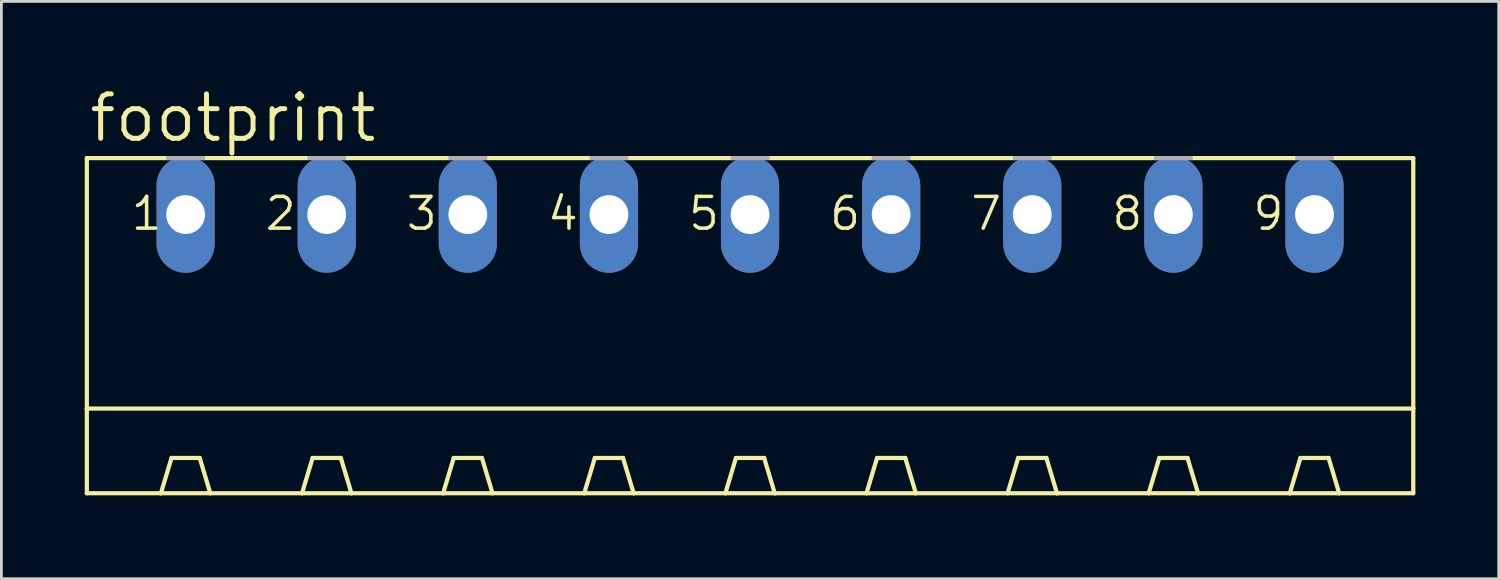
<source format=kicad_pcb>
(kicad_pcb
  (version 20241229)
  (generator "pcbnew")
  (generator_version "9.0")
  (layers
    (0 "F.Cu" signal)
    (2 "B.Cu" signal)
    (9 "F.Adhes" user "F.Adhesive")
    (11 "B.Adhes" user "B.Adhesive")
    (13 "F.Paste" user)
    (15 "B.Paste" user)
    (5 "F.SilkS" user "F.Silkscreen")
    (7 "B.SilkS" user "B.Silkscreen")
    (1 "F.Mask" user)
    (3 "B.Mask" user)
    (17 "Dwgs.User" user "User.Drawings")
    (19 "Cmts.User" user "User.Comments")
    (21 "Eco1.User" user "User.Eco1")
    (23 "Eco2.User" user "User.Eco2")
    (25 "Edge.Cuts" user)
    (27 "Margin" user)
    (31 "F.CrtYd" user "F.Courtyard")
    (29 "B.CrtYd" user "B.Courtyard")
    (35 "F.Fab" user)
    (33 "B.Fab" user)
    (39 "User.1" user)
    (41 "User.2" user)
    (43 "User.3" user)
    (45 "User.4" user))
  (footprint "footprint"
    (layer "F.Cu")
    (at 23.952 9.754)
    (property "Reference" "footprint" (at -23.876 -7.62 0) (layer "F.SilkS") (effects (font (size 1.6 1.6) (thickness 0.178)) (justify left bottom)))
    (fp_line (start -23.876 -7.112) (end -23.876 1.905) (stroke (width 0.152) (type solid)) (layer "F.SilkS"))
    (fp_line (start -23.876 -7.112) (end -20.955 -7.112) (stroke (width 0.152) (type solid)) (layer "F.SilkS"))
    (fp_line (start -23.876 1.905) (end -23.876 4.953) (stroke (width 0.152) (type solid)) (layer "F.SilkS"))
    (fp_line (start -23.876 1.905) (end 23.876 1.905) (stroke (width 0.152) (type solid)) (layer "F.SilkS"))
    (fp_line (start -23.876 4.953) (end -21.209 4.953) (stroke (width 0.152) (type solid)) (layer "F.SilkS"))
    (fp_line (start -21.209 4.953) (end -20.828 3.683) (stroke (width 0.152) (type solid)) (layer "F.SilkS"))
    (fp_line (start -21.209 4.953) (end -19.431 4.953) (stroke (width 0.152) (type solid)) (layer "F.SilkS"))
    (fp_line (start -19.812 3.683) (end -20.828 3.683) (stroke (width 0.152) (type solid)) (layer "F.SilkS"))
    (fp_line (start -19.685 -7.112) (end -15.875 -7.112) (stroke (width 0.152) (type solid)) (layer "F.SilkS"))
    (fp_line (start -19.431 4.953) (end -19.812 3.683) (stroke (width 0.152) (type solid)) (layer "F.SilkS"))
    (fp_line (start -19.431 4.953) (end -16.129 4.953) (stroke (width 0.152) (type solid)) (layer "F.SilkS"))
    (fp_line (start -16.129 4.953) (end -15.748 3.683) (stroke (width 0.152) (type solid)) (layer "F.SilkS"))
    (fp_line (start -16.129 4.953) (end -14.351 4.953) (stroke (width 0.152) (type solid)) (layer "F.SilkS"))
    (fp_line (start -15.748 3.683) (end -14.732 3.683) (stroke (width 0.152) (type solid)) (layer "F.SilkS"))
    (fp_line (start -14.605 -7.112) (end -10.795 -7.112) (stroke (width 0.152) (type solid)) (layer "F.SilkS"))
    (fp_line (start -14.351 4.953) (end -14.732 3.683) (stroke (width 0.152) (type solid)) (layer "F.SilkS"))
    (fp_line (start -14.351 4.953) (end -11.049 4.953) (stroke (width 0.152) (type solid)) (layer "F.SilkS"))
    (fp_line (start -11.049 4.953) (end -10.668 3.683) (stroke (width 0.152) (type solid)) (layer "F.SilkS"))
    (fp_line (start -11.049 4.953) (end -9.271 4.953) (stroke (width 0.152) (type solid)) (layer "F.SilkS"))
    (fp_line (start -10.668 3.683) (end -9.652 3.683) (stroke (width 0.152) (type solid)) (layer "F.SilkS"))
    (fp_line (start -9.525 -7.112) (end -5.715 -7.112) (stroke (width 0.152) (type solid)) (layer "F.SilkS"))
    (fp_line (start -9.271 4.953) (end -9.652 3.683) (stroke (width 0.152) (type solid)) (layer "F.SilkS"))
    (fp_line (start -9.271 4.953) (end -5.969 4.953) (stroke (width 0.152) (type solid)) (layer "F.SilkS"))
    (fp_line (start -5.969 4.953) (end -5.588 3.683) (stroke (width 0.152) (type solid)) (layer "F.SilkS"))
    (fp_line (start -5.969 4.953) (end -4.191 4.953) (stroke (width 0.152) (type solid)) (layer "F.SilkS"))
    (fp_line (start -5.588 3.683) (end -4.572 3.683) (stroke (width 0.152) (type solid)) (layer "F.SilkS"))
    (fp_line (start -4.445 -7.112) (end -0.635 -7.112) (stroke (width 0.152) (type solid)) (layer "F.SilkS"))
    (fp_line (start -4.191 4.953) (end -4.572 3.683) (stroke (width 0.152) (type solid)) (layer "F.SilkS"))
    (fp_line (start -4.191 4.953) (end -0.889 4.953) (stroke (width 0.152) (type solid)) (layer "F.SilkS"))
    (fp_line (start -0.889 4.953) (end -0.508 3.683) (stroke (width 0.152) (type solid)) (layer "F.SilkS"))
    (fp_line (start -0.889 4.953) (end 0.889 4.953) (stroke (width 0.152) (type solid)) (layer "F.SilkS"))
    (fp_line (start -0.508 3.683) (end 0.508 3.683) (stroke (width 0.152) (type solid)) (layer "F.SilkS"))
    (fp_line (start 0.635 -7.112) (end 4.445 -7.112) (stroke (width 0.152) (type solid)) (layer "F.SilkS"))
    (fp_line (start 0.889 4.953) (end 0.508 3.683) (stroke (width 0.152) (type solid)) (layer "F.SilkS"))
    (fp_line (start 0.889 4.953) (end 4.191 4.953) (stroke (width 0.152) (type solid)) (layer "F.SilkS"))
    (fp_line (start 4.191 4.953) (end 4.572 3.683) (stroke (width 0.152) (type solid)) (layer "F.SilkS"))
    (fp_line (start 4.191 4.953) (end 5.969 4.953) (stroke (width 0.152) (type solid)) (layer "F.SilkS"))
    (fp_line (start 4.572 3.683) (end 5.588 3.683) (stroke (width 0.152) (type solid)) (layer "F.SilkS"))
    (fp_line (start 5.715 -7.112) (end 9.525 -7.112) (stroke (width 0.152) (type solid)) (layer "F.SilkS"))
    (fp_line (start 5.969 4.953) (end 5.588 3.683) (stroke (width 0.152) (type solid)) (layer "F.SilkS"))
    (fp_line (start 5.969 4.953) (end 9.271 4.953) (stroke (width 0.152) (type solid)) (layer "F.SilkS"))
    (fp_line (start 9.271 4.953) (end 9.652 3.683) (stroke (width 0.152) (type solid)) (layer "F.SilkS"))
    (fp_line (start 9.271 4.953) (end 11.049 4.953) (stroke (width 0.152) (type solid)) (layer "F.SilkS"))
    (fp_line (start 9.652 3.683) (end 10.668 3.683) (stroke (width 0.152) (type solid)) (layer "F.SilkS"))
    (fp_line (start 10.795 -7.112) (end 14.605 -7.112) (stroke (width 0.152) (type solid)) (layer "F.SilkS"))
    (fp_line (start 11.049 4.953) (end 10.668 3.683) (stroke (width 0.152) (type solid)) (layer "F.SilkS"))
    (fp_line (start 11.049 4.953) (end 14.351 4.953) (stroke (width 0.152) (type solid)) (layer "F.SilkS"))
    (fp_line (start 14.351 4.953) (end 14.732 3.683) (stroke (width 0.152) (type solid)) (layer "F.SilkS"))
    (fp_line (start 14.351 4.953) (end 16.129 4.953) (stroke (width 0.152) (type solid)) (layer "F.SilkS"))
    (fp_line (start 14.732 3.683) (end 15.748 3.683) (stroke (width 0.152) (type solid)) (layer "F.SilkS"))
    (fp_line (start 15.875 -7.112) (end 19.685 -7.112) (stroke (width 0.152) (type solid)) (layer "F.SilkS"))
    (fp_line (start 16.129 4.953) (end 15.748 3.683) (stroke (width 0.152) (type solid)) (layer "F.SilkS"))
    (fp_line (start 16.129 4.953) (end 19.431 4.953) (stroke (width 0.152) (type solid)) (layer "F.SilkS"))
    (fp_line (start 19.431 4.953) (end 19.812 3.683) (stroke (width 0.152) (type solid)) (layer "F.SilkS"))
    (fp_line (start 19.431 4.953) (end 21.209 4.953) (stroke (width 0.152) (type solid)) (layer "F.SilkS"))
    (fp_line (start 19.812 3.683) (end 20.828 3.683) (stroke (width 0.152) (type solid)) (layer "F.SilkS"))
    (fp_line (start 20.955 -7.112) (end 23.876 -7.112) (stroke (width 0.152) (type solid)) (layer "F.SilkS"))
    (fp_line (start 21.209 4.953) (end 20.828 3.683) (stroke (width 0.152) (type solid)) (layer "F.SilkS"))
    (fp_line (start 21.209 4.953) (end 23.876 4.953) (stroke (width 0.152) (type solid)) (layer "F.SilkS"))
    (fp_line (start 23.876 -7.112) (end 23.876 1.905) (stroke (width 0.152) (type solid)) (layer "F.SilkS"))
    (fp_line (start 23.876 1.905) (end 23.876 4.953) (stroke (width 0.152) (type solid)) (layer "F.SilkS"))
    (fp_line (start -20.955 -7.112) (end -19.685 -7.112) (stroke (width 0.152) (type solid)) (layer "F.Fab"))
    (fp_line (start -15.875 -7.112) (end -14.605 -7.112) (stroke (width 0.152) (type solid)) (layer "F.Fab"))
    (fp_line (start -10.795 -7.112) (end -9.525 -7.112) (stroke (width 0.152) (type solid)) (layer "F.Fab"))
    (fp_line (start -5.715 -7.112) (end -4.445 -7.112) (stroke (width 0.152) (type solid)) (layer "F.Fab"))
    (fp_line (start -0.635 -7.112) (end 0.635 -7.112) (stroke (width 0.152) (type solid)) (layer "F.Fab"))
    (fp_line (start 4.445 -7.112) (end 5.715 -7.112) (stroke (width 0.152) (type solid)) (layer "F.Fab"))
    (fp_line (start 9.525 -7.112) (end 10.795 -7.112) (stroke (width 0.152) (type solid)) (layer "F.Fab"))
    (fp_line (start 14.605 -7.112) (end 15.875 -7.112) (stroke (width 0.152) (type solid)) (layer "F.Fab"))
    (fp_line (start 19.685 -7.112) (end 20.955 -7.112) (stroke (width 0.152) (type solid)) (layer "F.Fab"))
    (fp_text user "2" (at -17.526 -4.445 0) (layer "F.SilkS") (effects (font (size 1.143 1.143) (thickness 0.127)) (justify left bottom)))
    (fp_text user "9" (at 18.034 -4.445 0) (layer "F.SilkS") (effects (font (size 1.143 1.143) (thickness 0.127)) (justify left bottom)))
    (fp_text user "4" (at -7.366 -4.445 0) (layer "F.SilkS") (effects (font (size 1.143 1.143) (thickness 0.127)) (justify left bottom)))
    (fp_text user "5" (at -2.286 -4.445 0) (layer "F.SilkS") (effects (font (size 1.143 1.143) (thickness 0.127)) (justify left bottom)))
    (fp_text user "6" (at 2.794 -4.445 0) (layer "F.SilkS") (effects (font (size 1.143 1.143) (thickness 0.127)) (justify left bottom)))
    (fp_text user "3" (at -12.446 -4.445 0) (layer "F.SilkS") (effects (font (size 1.143 1.143) (thickness 0.127)) (justify left bottom)))
    (fp_text user "1" (at -22.352 -4.445 0) (layer "F.SilkS") (effects (font (size 1.143 1.143) (thickness 0.127)) (justify left bottom)))
    (fp_text user "7" (at 7.874 -4.445 0) (layer "F.SilkS") (effects (font (size 1.143 1.143) (thickness 0.127)) (justify left bottom)))
    (fp_text user "8" (at 12.954 -4.445 0) (layer "F.SilkS") (effects (font (size 1.143 1.143) (thickness 0.127)) (justify left bottom)))
    (pad "1" thru_hole oval (at -20.32 -5.08 90) (size 4.191 2.095) (drill 1.397) (layers "*.Cu" "*.Mask"))
    (pad "2" thru_hole oval (at -15.24 -5.08 90) (size 4.191 2.095) (drill 1.397) (layers "*.Cu" "*.Mask"))
    (pad "3" thru_hole oval (at -10.16 -5.08 90) (size 4.191 2.095) (drill 1.397) (layers "*.Cu" "*.Mask"))
    (pad "4" thru_hole oval (at -5.08 -5.08 90) (size 4.191 2.095) (drill 1.397) (layers "*.Cu" "*.Mask"))
    (pad "5" thru_hole oval (at 0 -5.08 90) (size 4.191 2.095) (drill 1.397) (layers "*.Cu" "*.Mask"))
    (pad "6" thru_hole oval (at 5.08 -5.08 90) (size 4.191 2.095) (drill 1.397) (layers "*.Cu" "*.Mask"))
    (pad "7" thru_hole oval (at 10.16 -5.08 90) (size 4.191 2.095) (drill 1.397) (layers "*.Cu" "*.Mask"))
    (pad "8" thru_hole oval (at 15.24 -5.08 90) (size 4.191 2.095) (drill 1.397) (layers "*.Cu" "*.Mask"))
    (pad "9" thru_hole oval (at 20.32 -5.08 90) (size 4.191 2.095) (drill 1.397) (layers "*.Cu" "*.Mask")))
  (gr_rect
    (start -3 -3)
    (end 50.904 17.783)
    (stroke (width 0.1) (type default))
    (fill no)
    (layer "Edge.Cuts")))
</source>
